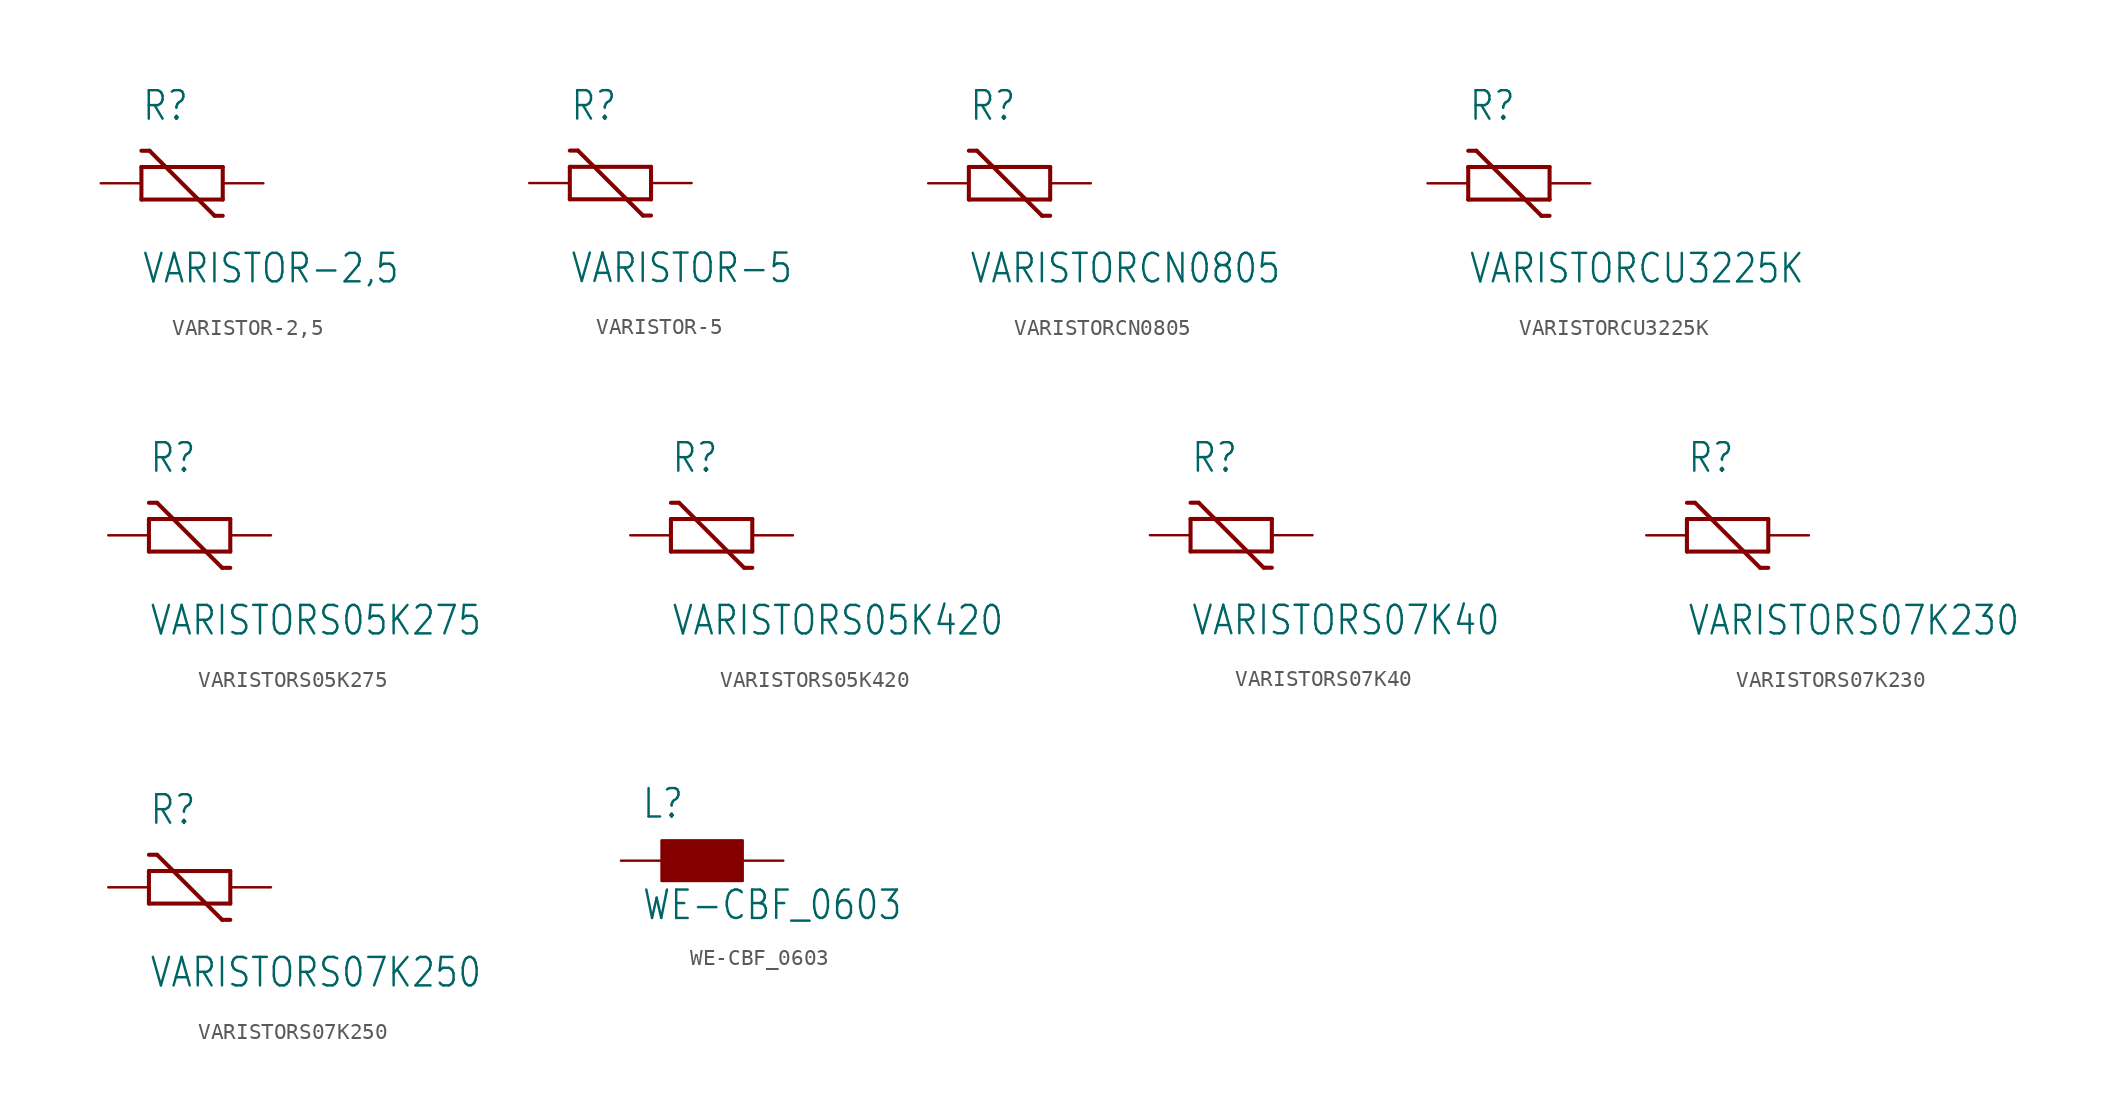
<source format=kicad_sym>
(kicad_symbol_lib
  (version 20211014)
  (generator kicad_symbol_editor)
  (symbol "VARISTOR-2,5"
    (property "Reference" "R"
      (at -2.54 3.81 0)
      (effects (font (size 1.778 1.511)) (justify left bottom)))
    (property "Value" "VARISTOR-2,5"
      (at -2.54 -6.35 0)
      (effects (font (size 1.778 1.511)) (justify left bottom)))
    (property "ki_locked" ""
      (at 0 0 0)
      (effects (font (size 1.27 1.27))))
    (symbol "VARISTOR-2,5_1_0"
      (polyline (pts (xy -2.54 -1.016) (xy -2.54 1.016)) (stroke (width 0.254) (type default) (color 0 0 0 0)) (fill (type none)))
      (polyline (pts (xy -2.54 1.016) (xy 2.54 1.016)) (stroke (width 0.254) (type default) (color 0 0 0 0)) (fill (type none)))
      (polyline (pts (xy -2.032 2.032) (xy -2.54 2.032)) (stroke (width 0.254) (type default) (color 0 0 0 0)) (fill (type none)))
      (polyline (pts (xy 2.032 -2.032) (xy -2.032 2.032)) (stroke (width 0.254) (type default) (color 0 0 0 0)) (fill (type none)))
      (polyline (pts (xy 2.54 -2.032) (xy 2.032 -2.032)) (stroke (width 0.254) (type default) (color 0 0 0 0)) (fill (type none)))
      (polyline (pts (xy 2.54 -1.016) (xy -2.54 -1.016)) (stroke (width 0.254) (type default) (color 0 0 0 0)) (fill (type none)))
      (polyline (pts (xy 2.54 1.016) (xy 2.54 -1.016)) (stroke (width 0.254) (type default) (color 0 0 0 0)) (fill (type none)))
      (pin passive line (at 5.08 0 180) (length 2.54) (name "1" (effects (font (size 0 0)))) (number "1" (effects (font (size 0 0)))))
      (pin passive line (at -5.08 0 0) (length 2.54) (name "2" (effects (font (size 0 0)))) (number "2" (effects (font (size 0 0)))))))
  (symbol "VARISTOR-5"
    (property "Reference" "R"
      (at -2.54 3.81 0)
      (effects (font (size 1.778 1.511)) (justify left bottom)))
    (property "Value" "VARISTOR-5"
      (at -2.54 -6.35 0)
      (effects (font (size 1.778 1.511)) (justify left bottom)))
    (property "ki_locked" ""
      (at 0 0 0)
      (effects (font (size 1.27 1.27))))
    (symbol "VARISTOR-5_1_0"
      (polyline (pts (xy -2.54 -1.016) (xy -2.54 1.016)) (stroke (width 0.254) (type default) (color 0 0 0 0)) (fill (type none)))
      (polyline (pts (xy -2.54 1.016) (xy 2.54 1.016)) (stroke (width 0.254) (type default) (color 0 0 0 0)) (fill (type none)))
      (polyline (pts (xy -2.032 2.032) (xy -2.54 2.032)) (stroke (width 0.254) (type default) (color 0 0 0 0)) (fill (type none)))
      (polyline (pts (xy 2.032 -2.032) (xy -2.032 2.032)) (stroke (width 0.254) (type default) (color 0 0 0 0)) (fill (type none)))
      (polyline (pts (xy 2.54 -2.032) (xy 2.032 -2.032)) (stroke (width 0.254) (type default) (color 0 0 0 0)) (fill (type none)))
      (polyline (pts (xy 2.54 -1.016) (xy -2.54 -1.016)) (stroke (width 0.254) (type default) (color 0 0 0 0)) (fill (type none)))
      (polyline (pts (xy 2.54 1.016) (xy 2.54 -1.016)) (stroke (width 0.254) (type default) (color 0 0 0 0)) (fill (type none)))
      (pin passive line (at 5.08 0 180) (length 2.54) (name "1" (effects (font (size 0 0)))) (number "1" (effects (font (size 0 0)))))
      (pin passive line (at -5.08 0 0) (length 2.54) (name "2" (effects (font (size 0 0)))) (number "2" (effects (font (size 0 0)))))))
  (symbol "VARISTORCN0805"
    (property "Reference" "R"
      (at -2.54 3.81 0)
      (effects (font (size 1.778 1.511)) (justify left bottom)))
    (property "Value" "VARISTORCN0805"
      (at -2.54 -6.35 0)
      (effects (font (size 1.778 1.511)) (justify left bottom)))
    (property "ki_locked" ""
      (at 0 0 0)
      (effects (font (size 1.27 1.27))))
    (symbol "VARISTORCN0805_1_0"
      (polyline (pts (xy -2.54 -1.016) (xy -2.54 1.016)) (stroke (width 0.254) (type default) (color 0 0 0 0)) (fill (type none)))
      (polyline (pts (xy -2.54 1.016) (xy 2.54 1.016)) (stroke (width 0.254) (type default) (color 0 0 0 0)) (fill (type none)))
      (polyline (pts (xy -2.032 2.032) (xy -2.54 2.032)) (stroke (width 0.254) (type default) (color 0 0 0 0)) (fill (type none)))
      (polyline (pts (xy 2.032 -2.032) (xy -2.032 2.032)) (stroke (width 0.254) (type default) (color 0 0 0 0)) (fill (type none)))
      (polyline (pts (xy 2.54 -2.032) (xy 2.032 -2.032)) (stroke (width 0.254) (type default) (color 0 0 0 0)) (fill (type none)))
      (polyline (pts (xy 2.54 -1.016) (xy -2.54 -1.016)) (stroke (width 0.254) (type default) (color 0 0 0 0)) (fill (type none)))
      (polyline (pts (xy 2.54 1.016) (xy 2.54 -1.016)) (stroke (width 0.254) (type default) (color 0 0 0 0)) (fill (type none)))
      (pin passive line (at 5.08 0 180) (length 2.54) (name "1" (effects (font (size 0 0)))) (number "1" (effects (font (size 0 0)))))
      (pin passive line (at -5.08 0 0) (length 2.54) (name "2" (effects (font (size 0 0)))) (number "2" (effects (font (size 0 0)))))))
  (symbol "VARISTORCU3225K"
    (property "Reference" "R"
      (at -2.54 3.81 0)
      (effects (font (size 1.778 1.511)) (justify left bottom)))
    (property "Value" "VARISTORCU3225K"
      (at -2.54 -6.35 0)
      (effects (font (size 1.778 1.511)) (justify left bottom)))
    (property "ki_locked" ""
      (at 0 0 0)
      (effects (font (size 1.27 1.27))))
    (symbol "VARISTORCU3225K_1_0"
      (polyline (pts (xy -2.54 -1.016) (xy -2.54 1.016)) (stroke (width 0.254) (type default) (color 0 0 0 0)) (fill (type none)))
      (polyline (pts (xy -2.54 1.016) (xy 2.54 1.016)) (stroke (width 0.254) (type default) (color 0 0 0 0)) (fill (type none)))
      (polyline (pts (xy -2.032 2.032) (xy -2.54 2.032)) (stroke (width 0.254) (type default) (color 0 0 0 0)) (fill (type none)))
      (polyline (pts (xy 2.032 -2.032) (xy -2.032 2.032)) (stroke (width 0.254) (type default) (color 0 0 0 0)) (fill (type none)))
      (polyline (pts (xy 2.54 -2.032) (xy 2.032 -2.032)) (stroke (width 0.254) (type default) (color 0 0 0 0)) (fill (type none)))
      (polyline (pts (xy 2.54 -1.016) (xy -2.54 -1.016)) (stroke (width 0.254) (type default) (color 0 0 0 0)) (fill (type none)))
      (polyline (pts (xy 2.54 1.016) (xy 2.54 -1.016)) (stroke (width 0.254) (type default) (color 0 0 0 0)) (fill (type none)))
      (pin passive line (at 5.08 0 180) (length 2.54) (name "1" (effects (font (size 0 0)))) (number "1" (effects (font (size 0 0)))))
      (pin passive line (at -5.08 0 0) (length 2.54) (name "2" (effects (font (size 0 0)))) (number "2" (effects (font (size 0 0)))))))
  (symbol "VARISTORS05K275"
    (property "Reference" "R"
      (at -2.54 3.81 0)
      (effects (font (size 1.778 1.511)) (justify left bottom)))
    (property "Value" "VARISTORS05K275"
      (at -2.54 -6.35 0)
      (effects (font (size 1.778 1.511)) (justify left bottom)))
    (property "ki_locked" ""
      (at 0 0 0)
      (effects (font (size 1.27 1.27))))
    (symbol "VARISTORS05K275_1_0"
      (polyline (pts (xy -2.54 -1.016) (xy -2.54 1.016)) (stroke (width 0.254) (type default) (color 0 0 0 0)) (fill (type none)))
      (polyline (pts (xy -2.54 1.016) (xy 2.54 1.016)) (stroke (width 0.254) (type default) (color 0 0 0 0)) (fill (type none)))
      (polyline (pts (xy -2.032 2.032) (xy -2.54 2.032)) (stroke (width 0.254) (type default) (color 0 0 0 0)) (fill (type none)))
      (polyline (pts (xy 2.032 -2.032) (xy -2.032 2.032)) (stroke (width 0.254) (type default) (color 0 0 0 0)) (fill (type none)))
      (polyline (pts (xy 2.54 -2.032) (xy 2.032 -2.032)) (stroke (width 0.254) (type default) (color 0 0 0 0)) (fill (type none)))
      (polyline (pts (xy 2.54 -1.016) (xy -2.54 -1.016)) (stroke (width 0.254) (type default) (color 0 0 0 0)) (fill (type none)))
      (polyline (pts (xy 2.54 1.016) (xy 2.54 -1.016)) (stroke (width 0.254) (type default) (color 0 0 0 0)) (fill (type none)))
      (pin passive line (at 5.08 0 180) (length 2.54) (name "1" (effects (font (size 0 0)))) (number "1" (effects (font (size 0 0)))))
      (pin passive line (at -5.08 0 0) (length 2.54) (name "2" (effects (font (size 0 0)))) (number "2" (effects (font (size 0 0)))))))
  (symbol "VARISTORS05K420"
    (property "Reference" "R"
      (at -2.54 3.81 0)
      (effects (font (size 1.778 1.511)) (justify left bottom)))
    (property "Value" "VARISTORS05K420"
      (at -2.54 -6.35 0)
      (effects (font (size 1.778 1.511)) (justify left bottom)))
    (property "ki_locked" ""
      (at 0 0 0)
      (effects (font (size 1.27 1.27))))
    (symbol "VARISTORS05K420_1_0"
      (polyline (pts (xy -2.54 -1.016) (xy -2.54 1.016)) (stroke (width 0.254) (type default) (color 0 0 0 0)) (fill (type none)))
      (polyline (pts (xy -2.54 1.016) (xy 2.54 1.016)) (stroke (width 0.254) (type default) (color 0 0 0 0)) (fill (type none)))
      (polyline (pts (xy -2.032 2.032) (xy -2.54 2.032)) (stroke (width 0.254) (type default) (color 0 0 0 0)) (fill (type none)))
      (polyline (pts (xy 2.032 -2.032) (xy -2.032 2.032)) (stroke (width 0.254) (type default) (color 0 0 0 0)) (fill (type none)))
      (polyline (pts (xy 2.54 -2.032) (xy 2.032 -2.032)) (stroke (width 0.254) (type default) (color 0 0 0 0)) (fill (type none)))
      (polyline (pts (xy 2.54 -1.016) (xy -2.54 -1.016)) (stroke (width 0.254) (type default) (color 0 0 0 0)) (fill (type none)))
      (polyline (pts (xy 2.54 1.016) (xy 2.54 -1.016)) (stroke (width 0.254) (type default) (color 0 0 0 0)) (fill (type none)))
      (pin passive line (at 5.08 0 180) (length 2.54) (name "1" (effects (font (size 0 0)))) (number "1" (effects (font (size 0 0)))))
      (pin passive line (at -5.08 0 0) (length 2.54) (name "2" (effects (font (size 0 0)))) (number "2" (effects (font (size 0 0)))))))
  (symbol "VARISTORS07K40"
    (property "Reference" "R"
      (at -2.54 3.81 0)
      (effects (font (size 1.778 1.511)) (justify left bottom)))
    (property "Value" "VARISTORS07K40"
      (at -2.54 -6.35 0)
      (effects (font (size 1.778 1.511)) (justify left bottom)))
    (property "ki_locked" ""
      (at 0 0 0)
      (effects (font (size 1.27 1.27))))
    (symbol "VARISTORS07K40_1_0"
      (polyline (pts (xy -2.54 -1.016) (xy -2.54 1.016)) (stroke (width 0.254) (type default) (color 0 0 0 0)) (fill (type none)))
      (polyline (pts (xy -2.54 1.016) (xy 2.54 1.016)) (stroke (width 0.254) (type default) (color 0 0 0 0)) (fill (type none)))
      (polyline (pts (xy -2.032 2.032) (xy -2.54 2.032)) (stroke (width 0.254) (type default) (color 0 0 0 0)) (fill (type none)))
      (polyline (pts (xy 2.032 -2.032) (xy -2.032 2.032)) (stroke (width 0.254) (type default) (color 0 0 0 0)) (fill (type none)))
      (polyline (pts (xy 2.54 -2.032) (xy 2.032 -2.032)) (stroke (width 0.254) (type default) (color 0 0 0 0)) (fill (type none)))
      (polyline (pts (xy 2.54 -1.016) (xy -2.54 -1.016)) (stroke (width 0.254) (type default) (color 0 0 0 0)) (fill (type none)))
      (polyline (pts (xy 2.54 1.016) (xy 2.54 -1.016)) (stroke (width 0.254) (type default) (color 0 0 0 0)) (fill (type none)))
      (pin passive line (at 5.08 0 180) (length 2.54) (name "1" (effects (font (size 0 0)))) (number "1" (effects (font (size 0 0)))))
      (pin passive line (at -5.08 0 0) (length 2.54) (name "2" (effects (font (size 0 0)))) (number "2" (effects (font (size 0 0)))))))
  (symbol "VARISTORS07K230"
    (property "Reference" "R"
      (at -2.54 3.81 0)
      (effects (font (size 1.778 1.511)) (justify left bottom)))
    (property "Value" "VARISTORS07K230"
      (at -2.54 -6.35 0)
      (effects (font (size 1.778 1.511)) (justify left bottom)))
    (property "ki_locked" ""
      (at 0 0 0)
      (effects (font (size 1.27 1.27))))
    (symbol "VARISTORS07K230_1_0"
      (polyline (pts (xy -2.54 -1.016) (xy -2.54 1.016)) (stroke (width 0.254) (type default) (color 0 0 0 0)) (fill (type none)))
      (polyline (pts (xy -2.54 1.016) (xy 2.54 1.016)) (stroke (width 0.254) (type default) (color 0 0 0 0)) (fill (type none)))
      (polyline (pts (xy -2.032 2.032) (xy -2.54 2.032)) (stroke (width 0.254) (type default) (color 0 0 0 0)) (fill (type none)))
      (polyline (pts (xy 2.032 -2.032) (xy -2.032 2.032)) (stroke (width 0.254) (type default) (color 0 0 0 0)) (fill (type none)))
      (polyline (pts (xy 2.54 -2.032) (xy 2.032 -2.032)) (stroke (width 0.254) (type default) (color 0 0 0 0)) (fill (type none)))
      (polyline (pts (xy 2.54 -1.016) (xy -2.54 -1.016)) (stroke (width 0.254) (type default) (color 0 0 0 0)) (fill (type none)))
      (polyline (pts (xy 2.54 1.016) (xy 2.54 -1.016)) (stroke (width 0.254) (type default) (color 0 0 0 0)) (fill (type none)))
      (pin passive line (at 5.08 0 180) (length 2.54) (name "1" (effects (font (size 0 0)))) (number "1" (effects (font (size 0 0)))))
      (pin passive line (at -5.08 0 0) (length 2.54) (name "2" (effects (font (size 0 0)))) (number "2" (effects (font (size 0 0)))))))
  (symbol "VARISTORS07K250"
    (property "Reference" "R"
      (at -2.54 3.81 0)
      (effects (font (size 1.778 1.511)) (justify left bottom)))
    (property "Value" "VARISTORS07K250"
      (at -2.54 -6.35 0)
      (effects (font (size 1.778 1.511)) (justify left bottom)))
    (property "ki_locked" ""
      (at 0 0 0)
      (effects (font (size 1.27 1.27))))
    (symbol "VARISTORS07K250_1_0"
      (polyline (pts (xy -2.54 -1.016) (xy -2.54 1.016)) (stroke (width 0.254) (type default) (color 0 0 0 0)) (fill (type none)))
      (polyline (pts (xy -2.54 1.016) (xy 2.54 1.016)) (stroke (width 0.254) (type default) (color 0 0 0 0)) (fill (type none)))
      (polyline (pts (xy -2.032 2.032) (xy -2.54 2.032)) (stroke (width 0.254) (type default) (color 0 0 0 0)) (fill (type none)))
      (polyline (pts (xy 2.032 -2.032) (xy -2.032 2.032)) (stroke (width 0.254) (type default) (color 0 0 0 0)) (fill (type none)))
      (polyline (pts (xy 2.54 -2.032) (xy 2.032 -2.032)) (stroke (width 0.254) (type default) (color 0 0 0 0)) (fill (type none)))
      (polyline (pts (xy 2.54 -1.016) (xy -2.54 -1.016)) (stroke (width 0.254) (type default) (color 0 0 0 0)) (fill (type none)))
      (polyline (pts (xy 2.54 1.016) (xy 2.54 -1.016)) (stroke (width 0.254) (type default) (color 0 0 0 0)) (fill (type none)))
      (pin passive line (at 5.08 0 180) (length 2.54) (name "1" (effects (font (size 0 0)))) (number "1" (effects (font (size 0 0)))))
      (pin passive line (at -5.08 0 0) (length 2.54) (name "2" (effects (font (size 0 0)))) (number "2" (effects (font (size 0 0)))))))
  (symbol "WE-CBF_0603"
    (property "Reference" "L"
      (at -3.81 5.08 0)
      (effects (font (size 1.778 1.511)) (justify left bottom)))
    (property "Value" "WE-CBF_0603"
      (at -3.81 -1.27 0)
      (effects (font (size 1.778 1.511)) (justify left bottom)))
    (property "ki_locked" ""
      (at 0 0 0)
      (effects (font (size 1.27 1.27))))
    (symbol "WE-CBF_0603_1_0"
      (rectangle (start -2.54 1.27) (end 2.54 3.81) (stroke (width 0) (type default) (color 0 0 0 0)) (fill (type outline)))
      (pin passive line (at -5.08 2.54 0) (length 2.54) (name "1" (effects (font (size 0 0)))) (number "1" (effects (font (size 0 0)))))
      (pin passive line (at 5.08 2.54 180) (length 2.54) (name "2" (effects (font (size 0 0)))) (number "2" (effects (font (size 0 0))))))))
</source>
